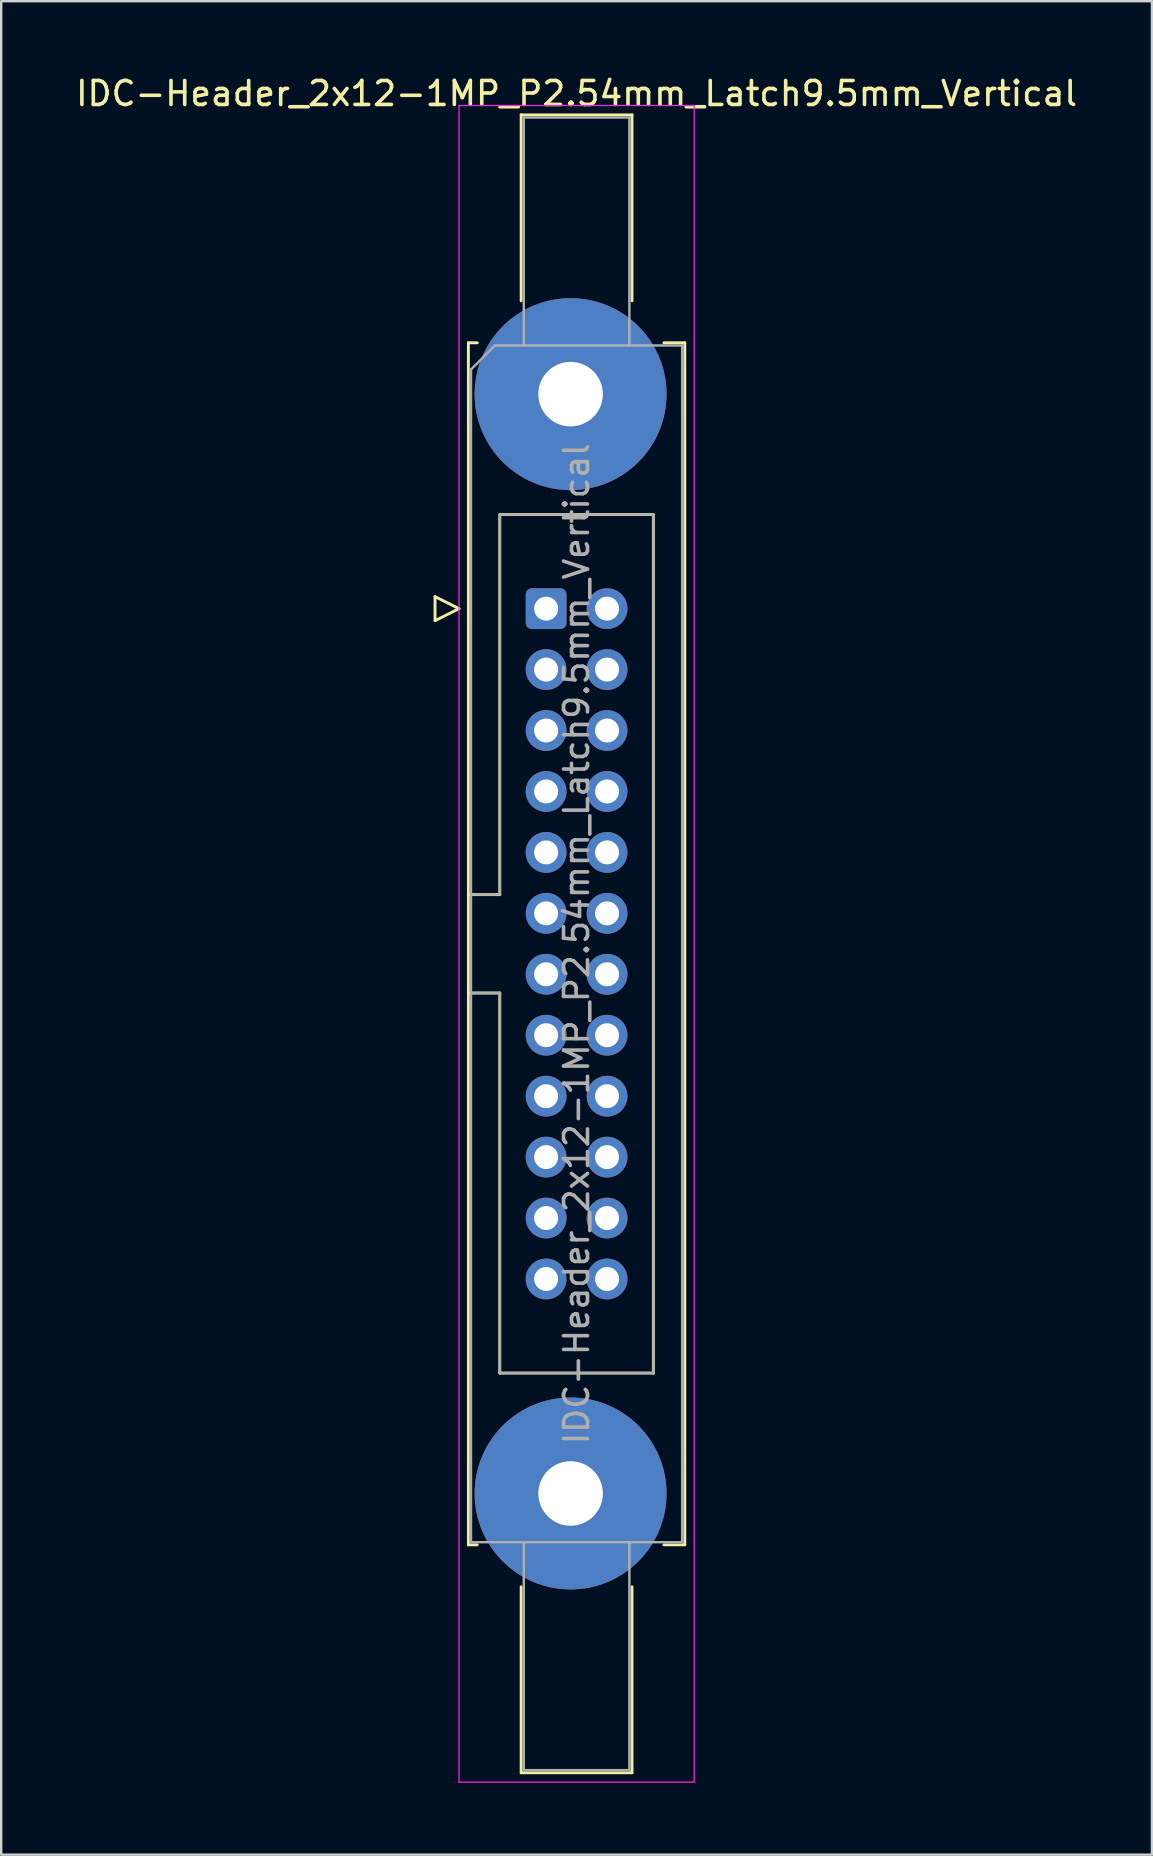
<source format=kicad_pcb>
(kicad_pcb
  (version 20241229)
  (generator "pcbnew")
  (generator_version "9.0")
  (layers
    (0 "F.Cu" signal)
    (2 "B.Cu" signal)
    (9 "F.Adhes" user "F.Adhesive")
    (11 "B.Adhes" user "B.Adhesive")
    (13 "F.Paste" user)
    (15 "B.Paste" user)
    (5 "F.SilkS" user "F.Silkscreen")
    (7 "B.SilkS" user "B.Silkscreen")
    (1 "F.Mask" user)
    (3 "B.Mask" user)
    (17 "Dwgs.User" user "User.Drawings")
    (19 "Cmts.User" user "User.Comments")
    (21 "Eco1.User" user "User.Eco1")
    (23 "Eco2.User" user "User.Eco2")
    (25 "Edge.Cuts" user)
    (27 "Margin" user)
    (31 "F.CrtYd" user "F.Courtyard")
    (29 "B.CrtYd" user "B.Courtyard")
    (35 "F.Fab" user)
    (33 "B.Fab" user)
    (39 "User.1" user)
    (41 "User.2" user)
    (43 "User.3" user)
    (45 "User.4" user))
  (footprint "IDC-Header_2x12-1MP_P2.54mm_Latch9.5mm_Vertical"
    (layer "F.Cu")
    (at 19.712 22.318)
    (property "Reference" "IDC-Header_2x12-1MP_P2.54mm_Latch9.5mm_Vertical" (at 1.27 -21.47 0) (layer "F.SilkS") (effects (font (size 1 1) (thickness 0.15))))
    (attr through_hole)
    (fp_line (start -4.63 -0.5) (end -4.63 0.5) (stroke (width 0.12) (type solid)) (layer "F.SilkS"))
    (fp_line (start -4.63 0.5) (end -3.63 0) (stroke (width 0.12) (type solid)) (layer "F.SilkS"))
    (fp_line (start -3.63 0) (end -4.63 -0.5) (stroke (width 0.12) (type solid)) (layer "F.SilkS"))
    (fp_line (start -3.24 -11.08) (end -3.24 39.02) (stroke (width 0.12) (type solid)) (layer "F.SilkS"))
    (fp_line (start -3.24 11.92) (end -1.93 11.92) (stroke (width 0.12) (type solid)) (layer "F.SilkS"))
    (fp_line (start -3.24 39.02) (end -2.87 39.02) (stroke (width 0.12) (type solid)) (layer "F.SilkS"))
    (fp_line (start -2.87 -11.08) (end -3.24 -11.08) (stroke (width 0.12) (type solid)) (layer "F.SilkS"))
    (fp_line (start -1.93 -3.92) (end 4.47 -3.92) (stroke (width 0.12) (type solid)) (layer "F.SilkS"))
    (fp_line (start -1.93 11.92) (end -1.93 -3.92) (stroke (width 0.12) (type solid)) (layer "F.SilkS"))
    (fp_line (start -1.93 16.02) (end -3.24 16.02) (stroke (width 0.12) (type solid)) (layer "F.SilkS"))
    (fp_line (start -1.93 31.86) (end -1.93 16.02) (stroke (width 0.12) (type solid)) (layer "F.SilkS"))
    (fp_line (start -1.04 -20.58) (end 3.58 -20.58) (stroke (width 0.12) (type solid)) (layer "F.SilkS"))
    (fp_line (start -1.04 -12.83) (end -1.04 -20.58) (stroke (width 0.12) (type solid)) (layer "F.SilkS"))
    (fp_line (start -1.04 40.77) (end -1.04 48.52) (stroke (width 0.12) (type solid)) (layer "F.SilkS"))
    (fp_line (start -1.04 48.52) (end 3.58 48.52) (stroke (width 0.12) (type solid)) (layer "F.SilkS"))
    (fp_line (start 3.58 -20.58) (end 3.58 -12.83) (stroke (width 0.12) (type solid)) (layer "F.SilkS"))
    (fp_line (start 3.58 48.52) (end 3.58 40.77) (stroke (width 0.12) (type solid)) (layer "F.SilkS"))
    (fp_line (start 4.47 -3.92) (end 4.47 31.86) (stroke (width 0.12) (type solid)) (layer "F.SilkS"))
    (fp_line (start 4.47 31.86) (end -1.93 31.86) (stroke (width 0.12) (type solid)) (layer "F.SilkS"))
    (fp_line (start 4.91 -11.08) (end 5.78 -11.08) (stroke (width 0.12) (type solid)) (layer "F.SilkS"))
    (fp_line (start 5.78 -11.08) (end 5.78 39.02) (stroke (width 0.12) (type solid)) (layer "F.SilkS"))
    (fp_line (start 5.78 39.02) (end 4.91 39.02) (stroke (width 0.12) (type solid)) (layer "F.SilkS"))
    (fp_line (start -3.63 -20.97) (end -3.63 48.91) (stroke (width 0.05) (type solid)) (layer "F.CrtYd"))
    (fp_line (start -3.63 48.91) (end 6.17 48.91) (stroke (width 0.05) (type solid)) (layer "F.CrtYd"))
    (fp_line (start 6.17 -20.97) (end -3.63 -20.97) (stroke (width 0.05) (type solid)) (layer "F.CrtYd"))
    (fp_line (start 6.17 48.91) (end 6.17 -20.97) (stroke (width 0.05) (type solid)) (layer "F.CrtYd"))
    (fp_line (start -3.13 -9.97) (end -2.13 -10.97) (stroke (width 0.1) (type solid)) (layer "F.Fab"))
    (fp_line (start -3.13 11.92) (end -1.93 11.92) (stroke (width 0.1) (type solid)) (layer "F.Fab"))
    (fp_line (start -3.13 38.91) (end -3.13 -9.97) (stroke (width 0.1) (type solid)) (layer "F.Fab"))
    (fp_line (start -2.13 -10.97) (end 5.67 -10.97) (stroke (width 0.1) (type solid)) (layer "F.Fab"))
    (fp_line (start -1.93 -3.92) (end 4.47 -3.92) (stroke (width 0.1) (type solid)) (layer "F.Fab"))
    (fp_line (start -1.93 11.92) (end -1.93 -3.92) (stroke (width 0.1) (type solid)) (layer "F.Fab"))
    (fp_line (start -1.93 16.02) (end -3.13 16.02) (stroke (width 0.1) (type solid)) (layer "F.Fab"))
    (fp_line (start -1.93 31.86) (end -1.93 16.02) (stroke (width 0.1) (type solid)) (layer "F.Fab"))
    (fp_line (start -0.93 -20.47) (end 3.47 -20.47) (stroke (width 0.1) (type solid)) (layer "F.Fab"))
    (fp_line (start -0.93 -10.97) (end -0.93 -20.47) (stroke (width 0.1) (type solid)) (layer "F.Fab"))
    (fp_line (start -0.93 38.91) (end -0.93 48.41) (stroke (width 0.1) (type solid)) (layer "F.Fab"))
    (fp_line (start -0.93 48.41) (end 3.47 48.41) (stroke (width 0.1) (type solid)) (layer "F.Fab"))
    (fp_line (start 3.47 -20.47) (end 3.47 -10.97) (stroke (width 0.1) (type solid)) (layer "F.Fab"))
    (fp_line (start 3.47 48.41) (end 3.47 38.91) (stroke (width 0.1) (type solid)) (layer "F.Fab"))
    (fp_line (start 4.47 -3.92) (end 4.47 31.86) (stroke (width 0.1) (type solid)) (layer "F.Fab"))
    (fp_line (start 4.47 31.86) (end -1.93 31.86) (stroke (width 0.1) (type solid)) (layer "F.Fab"))
    (fp_line (start 5.67 -10.97) (end 5.67 38.91) (stroke (width 0.1) (type solid)) (layer "F.Fab"))
    (fp_line (start 5.67 38.91) (end -3.13 38.91) (stroke (width 0.1) (type solid)) (layer "F.Fab"))
    (fp_text user "${REFERENCE}" (at 1.27 13.97 90) (layer "F.Fab") (effects (font (size 1 1) (thickness 0.15))))
    (pad "1" thru_hole roundrect (at 0 0) (size 1.7 1.7) (drill 1) (layers "*.Cu" "*.Mask") (roundrect_rratio 0.147))
    (pad "2" thru_hole circle (at 2.54 0) (size 1.7 1.7) (drill 1) (layers "*.Cu" "*.Mask"))
    (pad "3" thru_hole circle (at 0 2.54) (size 1.7 1.7) (drill 1) (layers "*.Cu" "*.Mask"))
    (pad "4" thru_hole circle (at 2.54 2.54) (size 1.7 1.7) (drill 1) (layers "*.Cu" "*.Mask"))
    (pad "5" thru_hole circle (at 0 5.08) (size 1.7 1.7) (drill 1) (layers "*.Cu" "*.Mask"))
    (pad "6" thru_hole circle (at 2.54 5.08) (size 1.7 1.7) (drill 1) (layers "*.Cu" "*.Mask"))
    (pad "7" thru_hole circle (at 0 7.62) (size 1.7 1.7) (drill 1) (layers "*.Cu" "*.Mask"))
    (pad "8" thru_hole circle (at 2.54 7.62) (size 1.7 1.7) (drill 1) (layers "*.Cu" "*.Mask"))
    (pad "9" thru_hole circle (at 0 10.16) (size 1.7 1.7) (drill 1) (layers "*.Cu" "*.Mask"))
    (pad "10" thru_hole circle (at 2.54 10.16) (size 1.7 1.7) (drill 1) (layers "*.Cu" "*.Mask"))
    (pad "11" thru_hole circle (at 0 12.7) (size 1.7 1.7) (drill 1) (layers "*.Cu" "*.Mask"))
    (pad "12" thru_hole circle (at 2.54 12.7) (size 1.7 1.7) (drill 1) (layers "*.Cu" "*.Mask"))
    (pad "13" thru_hole circle (at 0 15.24) (size 1.7 1.7) (drill 1) (layers "*.Cu" "*.Mask"))
    (pad "14" thru_hole circle (at 2.54 15.24) (size 1.7 1.7) (drill 1) (layers "*.Cu" "*.Mask"))
    (pad "15" thru_hole circle (at 0 17.78) (size 1.7 1.7) (drill 1) (layers "*.Cu" "*.Mask"))
    (pad "16" thru_hole circle (at 2.54 17.78) (size 1.7 1.7) (drill 1) (layers "*.Cu" "*.Mask"))
    (pad "17" thru_hole circle (at 0 20.32) (size 1.7 1.7) (drill 1) (layers "*.Cu" "*.Mask"))
    (pad "18" thru_hole circle (at 2.54 20.32) (size 1.7 1.7) (drill 1) (layers "*.Cu" "*.Mask"))
    (pad "19" thru_hole circle (at 0 22.86) (size 1.7 1.7) (drill 1) (layers "*.Cu" "*.Mask"))
    (pad "20" thru_hole circle (at 2.54 22.86) (size 1.7 1.7) (drill 1) (layers "*.Cu" "*.Mask"))
    (pad "21" thru_hole circle (at 0 25.4) (size 1.7 1.7) (drill 1) (layers "*.Cu" "*.Mask"))
    (pad "22" thru_hole circle (at 2.54 25.4) (size 1.7 1.7) (drill 1) (layers "*.Cu" "*.Mask"))
    (pad "23" thru_hole circle (at 0 27.94) (size 1.7 1.7) (drill 1) (layers "*.Cu" "*.Mask"))
    (pad "24" thru_hole circle (at 2.54 27.94) (size 1.7 1.7) (drill 1) (layers "*.Cu" "*.Mask"))
    (pad "MP" thru_hole circle (at 1.02 -8.94) (size 8 8) (drill 2.69) (layers "*.Cu" "*.Mask"))
    (pad "MP" thru_hole circle (at 1.02 36.88) (size 8 8) (drill 2.69) (layers "*.Cu" "*.Mask")))
  (gr_rect
    (start -3 -3)
    (end 44.964 74.253)
    (stroke (width 0.1) (type default))
    (fill no)
    (layer "Edge.Cuts")))
</source>
